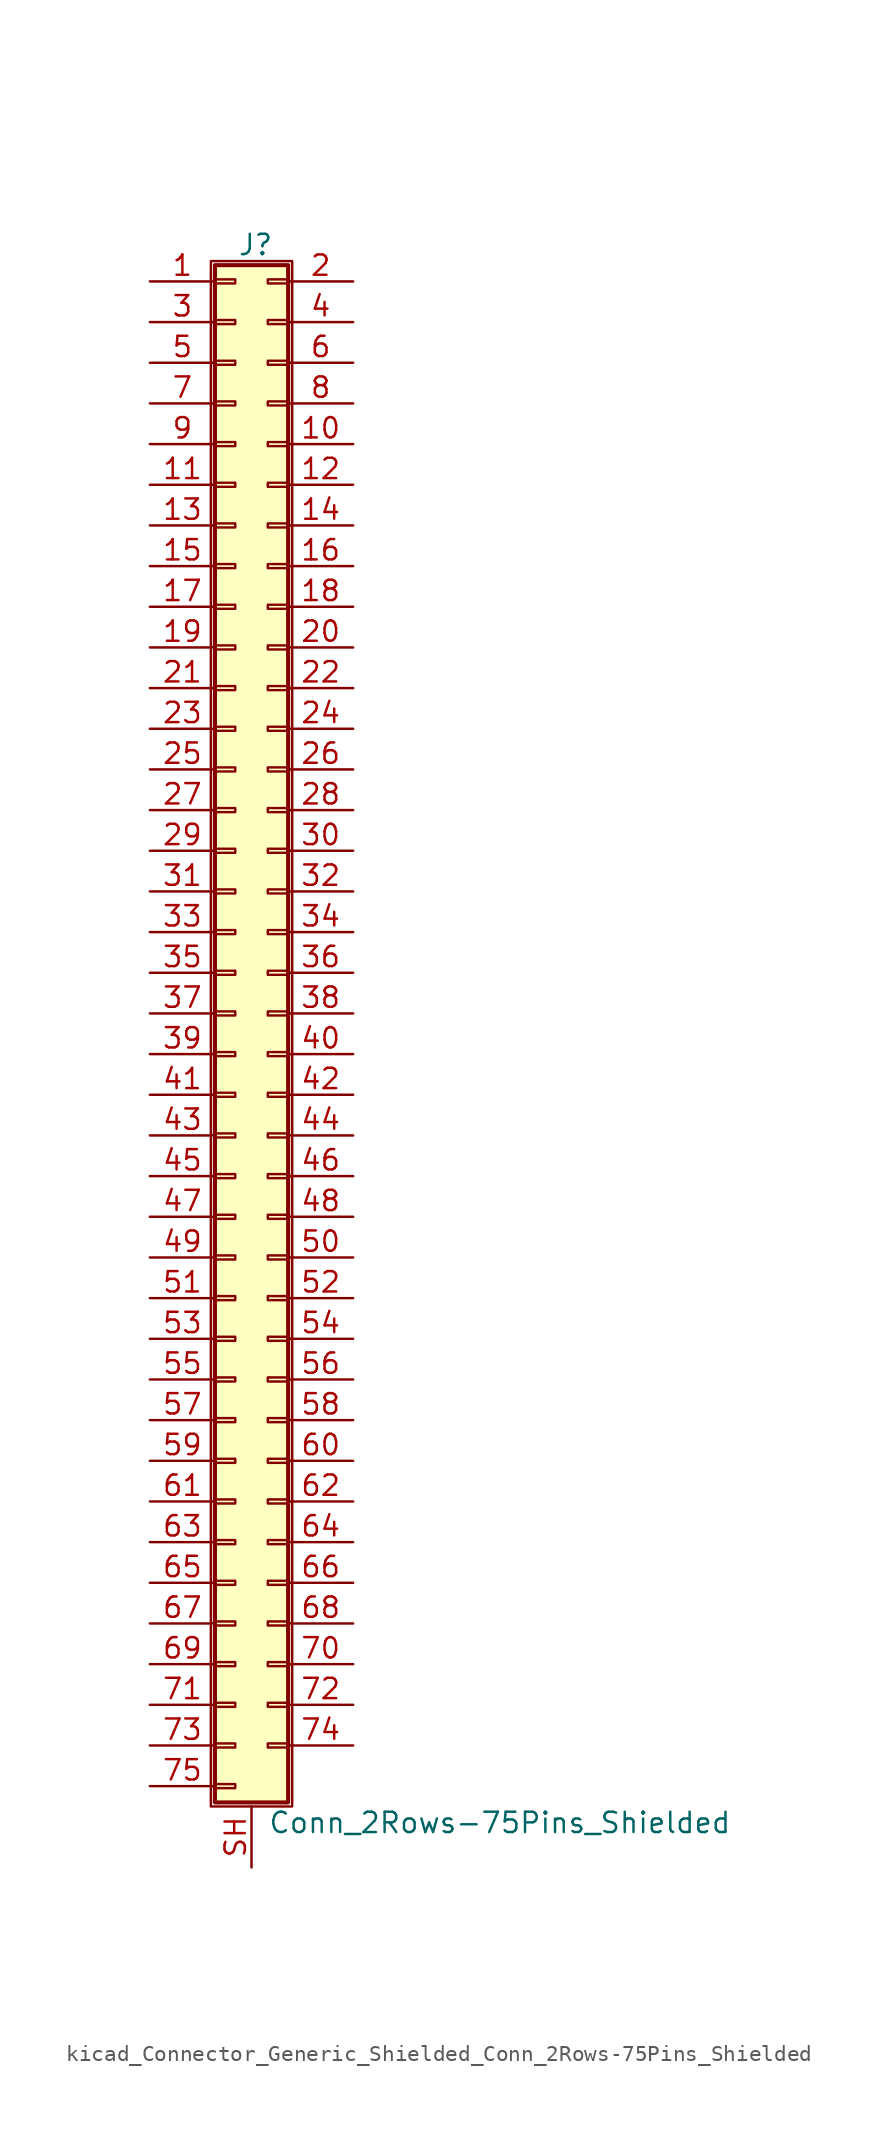
<source format=kicad_sym>
(kicad_symbol_lib
  (version 20220914)
  (generator kicad_symbol_editor)
  (symbol "kicad_Connector_Generic_Shielded_Conn_2Rows-75Pins_Shielded"
    (pin_names
      (offset 1.016) hide)
    (property "Reference" "J"
      (at 1.524 48.006 0)
      (effects (font (size 1.27 1.27))))
    (property "Value" "Conn_2Rows-75Pins_Shielded"
      (at 2.286 -50.546 0)
      (effects (font (size 1.27 1.27)) (justify left)))
    (symbol "kicad_Connector_Generic_Shielded_Conn_2Rows-75Pins_Shielded_1_1"
      (rectangle (start -1.27 46.99) (end 3.81 -49.53) (stroke (width 0.152) (type default)) (fill (type none)))
      (rectangle (start -1.016 -48.133) (end 0.254 -48.387) (stroke (width 0.152) (type default)) (fill (type none)))
      (rectangle (start -1.016 -45.593) (end 0.254 -45.847) (stroke (width 0.152) (type default)) (fill (type none)))
      (rectangle (start -1.016 -43.053) (end 0.254 -43.307) (stroke (width 0.152) (type default)) (fill (type none)))
      (rectangle (start -1.016 -40.513) (end 0.254 -40.767) (stroke (width 0.152) (type default)) (fill (type none)))
      (rectangle (start -1.016 -37.973) (end 0.254 -38.227) (stroke (width 0.152) (type default)) (fill (type none)))
      (rectangle (start -1.016 -35.433) (end 0.254 -35.687) (stroke (width 0.152) (type default)) (fill (type none)))
      (rectangle (start -1.016 -32.893) (end 0.254 -33.147) (stroke (width 0.152) (type default)) (fill (type none)))
      (rectangle (start -1.016 -30.353) (end 0.254 -30.607) (stroke (width 0.152) (type default)) (fill (type none)))
      (rectangle (start -1.016 -27.813) (end 0.254 -28.067) (stroke (width 0.152) (type default)) (fill (type none)))
      (rectangle (start -1.016 -25.273) (end 0.254 -25.527) (stroke (width 0.152) (type default)) (fill (type none)))
      (rectangle (start -1.016 -22.733) (end 0.254 -22.987) (stroke (width 0.152) (type default)) (fill (type none)))
      (rectangle (start -1.016 -20.193) (end 0.254 -20.447) (stroke (width 0.152) (type default)) (fill (type none)))
      (rectangle (start -1.016 -17.653) (end 0.254 -17.907) (stroke (width 0.152) (type default)) (fill (type none)))
      (rectangle (start -1.016 -15.113) (end 0.254 -15.367) (stroke (width 0.152) (type default)) (fill (type none)))
      (rectangle (start -1.016 -12.573) (end 0.254 -12.827) (stroke (width 0.152) (type default)) (fill (type none)))
      (rectangle (start -1.016 -10.033) (end 0.254 -10.287) (stroke (width 0.152) (type default)) (fill (type none)))
      (rectangle (start -1.016 -7.493) (end 0.254 -7.747) (stroke (width 0.152) (type default)) (fill (type none)))
      (rectangle (start -1.016 -4.953) (end 0.254 -5.207) (stroke (width 0.152) (type default)) (fill (type none)))
      (rectangle (start -1.016 -2.413) (end 0.254 -2.667) (stroke (width 0.152) (type default)) (fill (type none)))
      (rectangle (start -1.016 0.127) (end 0.254 -0.127) (stroke (width 0.152) (type default)) (fill (type none)))
      (rectangle (start -1.016 2.667) (end 0.254 2.413) (stroke (width 0.152) (type default)) (fill (type none)))
      (rectangle (start -1.016 5.207) (end 0.254 4.953) (stroke (width 0.152) (type default)) (fill (type none)))
      (rectangle (start -1.016 7.747) (end 0.254 7.493) (stroke (width 0.152) (type default)) (fill (type none)))
      (rectangle (start -1.016 10.287) (end 0.254 10.033) (stroke (width 0.152) (type default)) (fill (type none)))
      (rectangle (start -1.016 12.827) (end 0.254 12.573) (stroke (width 0.152) (type default)) (fill (type none)))
      (rectangle (start -1.016 15.367) (end 0.254 15.113) (stroke (width 0.152) (type default)) (fill (type none)))
      (rectangle (start -1.016 17.907) (end 0.254 17.653) (stroke (width 0.152) (type default)) (fill (type none)))
      (rectangle (start -1.016 20.447) (end 0.254 20.193) (stroke (width 0.152) (type default)) (fill (type none)))
      (rectangle (start -1.016 22.987) (end 0.254 22.733) (stroke (width 0.152) (type default)) (fill (type none)))
      (rectangle (start -1.016 25.527) (end 0.254 25.273) (stroke (width 0.152) (type default)) (fill (type none)))
      (rectangle (start -1.016 28.067) (end 0.254 27.813) (stroke (width 0.152) (type default)) (fill (type none)))
      (rectangle (start -1.016 30.607) (end 0.254 30.353) (stroke (width 0.152) (type default)) (fill (type none)))
      (rectangle (start -1.016 33.147) (end 0.254 32.893) (stroke (width 0.152) (type default)) (fill (type none)))
      (rectangle (start -1.016 35.687) (end 0.254 35.433) (stroke (width 0.152) (type default)) (fill (type none)))
      (rectangle (start -1.016 38.227) (end 0.254 37.973) (stroke (width 0.152) (type default)) (fill (type none)))
      (rectangle (start -1.016 40.767) (end 0.254 40.513) (stroke (width 0.152) (type default)) (fill (type none)))
      (rectangle (start -1.016 43.307) (end 0.254 43.053) (stroke (width 0.152) (type default)) (fill (type none)))
      (rectangle (start -1.016 45.847) (end 0.254 45.593) (stroke (width 0.152) (type default)) (fill (type none)))
      (rectangle (start -1.016 46.736) (end 3.556 -49.276) (stroke (width 0.254) (type default)) (fill (type background)))
      (rectangle (start 3.556 -45.593) (end 2.286 -45.847) (stroke (width 0.152) (type default)) (fill (type none)))
      (rectangle (start 3.556 -43.053) (end 2.286 -43.307) (stroke (width 0.152) (type default)) (fill (type none)))
      (rectangle (start 3.556 -40.513) (end 2.286 -40.767) (stroke (width 0.152) (type default)) (fill (type none)))
      (rectangle (start 3.556 -37.973) (end 2.286 -38.227) (stroke (width 0.152) (type default)) (fill (type none)))
      (rectangle (start 3.556 -35.433) (end 2.286 -35.687) (stroke (width 0.152) (type default)) (fill (type none)))
      (rectangle (start 3.556 -32.893) (end 2.286 -33.147) (stroke (width 0.152) (type default)) (fill (type none)))
      (rectangle (start 3.556 -30.353) (end 2.286 -30.607) (stroke (width 0.152) (type default)) (fill (type none)))
      (rectangle (start 3.556 -27.813) (end 2.286 -28.067) (stroke (width 0.152) (type default)) (fill (type none)))
      (rectangle (start 3.556 -25.273) (end 2.286 -25.527) (stroke (width 0.152) (type default)) (fill (type none)))
      (rectangle (start 3.556 -22.733) (end 2.286 -22.987) (stroke (width 0.152) (type default)) (fill (type none)))
      (rectangle (start 3.556 -20.193) (end 2.286 -20.447) (stroke (width 0.152) (type default)) (fill (type none)))
      (rectangle (start 3.556 -17.653) (end 2.286 -17.907) (stroke (width 0.152) (type default)) (fill (type none)))
      (rectangle (start 3.556 -15.113) (end 2.286 -15.367) (stroke (width 0.152) (type default)) (fill (type none)))
      (rectangle (start 3.556 -12.573) (end 2.286 -12.827) (stroke (width 0.152) (type default)) (fill (type none)))
      (rectangle (start 3.556 -10.033) (end 2.286 -10.287) (stroke (width 0.152) (type default)) (fill (type none)))
      (rectangle (start 3.556 -7.493) (end 2.286 -7.747) (stroke (width 0.152) (type default)) (fill (type none)))
      (rectangle (start 3.556 -4.953) (end 2.286 -5.207) (stroke (width 0.152) (type default)) (fill (type none)))
      (rectangle (start 3.556 -2.413) (end 2.286 -2.667) (stroke (width 0.152) (type default)) (fill (type none)))
      (rectangle (start 3.556 0.127) (end 2.286 -0.127) (stroke (width 0.152) (type default)) (fill (type none)))
      (rectangle (start 3.556 2.667) (end 2.286 2.413) (stroke (width 0.152) (type default)) (fill (type none)))
      (rectangle (start 3.556 5.207) (end 2.286 4.953) (stroke (width 0.152) (type default)) (fill (type none)))
      (rectangle (start 3.556 7.747) (end 2.286 7.493) (stroke (width 0.152) (type default)) (fill (type none)))
      (rectangle (start 3.556 10.287) (end 2.286 10.033) (stroke (width 0.152) (type default)) (fill (type none)))
      (rectangle (start 3.556 12.827) (end 2.286 12.573) (stroke (width 0.152) (type default)) (fill (type none)))
      (rectangle (start 3.556 15.367) (end 2.286 15.113) (stroke (width 0.152) (type default)) (fill (type none)))
      (rectangle (start 3.556 17.907) (end 2.286 17.653) (stroke (width 0.152) (type default)) (fill (type none)))
      (rectangle (start 3.556 20.447) (end 2.286 20.193) (stroke (width 0.152) (type default)) (fill (type none)))
      (rectangle (start 3.556 22.987) (end 2.286 22.733) (stroke (width 0.152) (type default)) (fill (type none)))
      (rectangle (start 3.556 25.527) (end 2.286 25.273) (stroke (width 0.152) (type default)) (fill (type none)))
      (rectangle (start 3.556 28.067) (end 2.286 27.813) (stroke (width 0.152) (type default)) (fill (type none)))
      (rectangle (start 3.556 30.607) (end 2.286 30.353) (stroke (width 0.152) (type default)) (fill (type none)))
      (rectangle (start 3.556 33.147) (end 2.286 32.893) (stroke (width 0.152) (type default)) (fill (type none)))
      (rectangle (start 3.556 35.687) (end 2.286 35.433) (stroke (width 0.152) (type default)) (fill (type none)))
      (rectangle (start 3.556 38.227) (end 2.286 37.973) (stroke (width 0.152) (type default)) (fill (type none)))
      (rectangle (start 3.556 40.767) (end 2.286 40.513) (stroke (width 0.152) (type default)) (fill (type none)))
      (rectangle (start 3.556 43.307) (end 2.286 43.053) (stroke (width 0.152) (type default)) (fill (type none)))
      (rectangle (start 3.556 45.847) (end 2.286 45.593) (stroke (width 0.152) (type default)) (fill (type none)))
      (pin passive line (at -5.08 45.72 0) (length 4.064) (name "Pin_1" (effects (font (size 1.27 1.27)))) (number "1" (effects (font (size 1.27 1.27)))))
      (pin passive line (at 7.62 35.56 180) (length 4.064) (name "Pin_10" (effects (font (size 1.27 1.27)))) (number "10" (effects (font (size 1.27 1.27)))))
      (pin passive line (at -5.08 33.02 0) (length 4.064) (name "Pin_11" (effects (font (size 1.27 1.27)))) (number "11" (effects (font (size 1.27 1.27)))))
      (pin passive line (at 7.62 33.02 180) (length 4.064) (name "Pin_12" (effects (font (size 1.27 1.27)))) (number "12" (effects (font (size 1.27 1.27)))))
      (pin passive line (at -5.08 30.48 0) (length 4.064) (name "Pin_13" (effects (font (size 1.27 1.27)))) (number "13" (effects (font (size 1.27 1.27)))))
      (pin passive line (at 7.62 30.48 180) (length 4.064) (name "Pin_14" (effects (font (size 1.27 1.27)))) (number "14" (effects (font (size 1.27 1.27)))))
      (pin passive line (at -5.08 27.94 0) (length 4.064) (name "Pin_15" (effects (font (size 1.27 1.27)))) (number "15" (effects (font (size 1.27 1.27)))))
      (pin passive line (at 7.62 27.94 180) (length 4.064) (name "Pin_16" (effects (font (size 1.27 1.27)))) (number "16" (effects (font (size 1.27 1.27)))))
      (pin passive line (at -5.08 25.4 0) (length 4.064) (name "Pin_17" (effects (font (size 1.27 1.27)))) (number "17" (effects (font (size 1.27 1.27)))))
      (pin passive line (at 7.62 25.4 180) (length 4.064) (name "Pin_18" (effects (font (size 1.27 1.27)))) (number "18" (effects (font (size 1.27 1.27)))))
      (pin passive line (at -5.08 22.86 0) (length 4.064) (name "Pin_19" (effects (font (size 1.27 1.27)))) (number "19" (effects (font (size 1.27 1.27)))))
      (pin passive line (at 7.62 45.72 180) (length 4.064) (name "Pin_2" (effects (font (size 1.27 1.27)))) (number "2" (effects (font (size 1.27 1.27)))))
      (pin passive line (at 7.62 22.86 180) (length 4.064) (name "Pin_20" (effects (font (size 1.27 1.27)))) (number "20" (effects (font (size 1.27 1.27)))))
      (pin passive line (at -5.08 20.32 0) (length 4.064) (name "Pin_21" (effects (font (size 1.27 1.27)))) (number "21" (effects (font (size 1.27 1.27)))))
      (pin passive line (at 7.62 20.32 180) (length 4.064) (name "Pin_22" (effects (font (size 1.27 1.27)))) (number "22" (effects (font (size 1.27 1.27)))))
      (pin passive line (at -5.08 17.78 0) (length 4.064) (name "Pin_23" (effects (font (size 1.27 1.27)))) (number "23" (effects (font (size 1.27 1.27)))))
      (pin passive line (at 7.62 17.78 180) (length 4.064) (name "Pin_24" (effects (font (size 1.27 1.27)))) (number "24" (effects (font (size 1.27 1.27)))))
      (pin passive line (at -5.08 15.24 0) (length 4.064) (name "Pin_25" (effects (font (size 1.27 1.27)))) (number "25" (effects (font (size 1.27 1.27)))))
      (pin passive line (at 7.62 15.24 180) (length 4.064) (name "Pin_26" (effects (font (size 1.27 1.27)))) (number "26" (effects (font (size 1.27 1.27)))))
      (pin passive line (at -5.08 12.7 0) (length 4.064) (name "Pin_27" (effects (font (size 1.27 1.27)))) (number "27" (effects (font (size 1.27 1.27)))))
      (pin passive line (at 7.62 12.7 180) (length 4.064) (name "Pin_28" (effects (font (size 1.27 1.27)))) (number "28" (effects (font (size 1.27 1.27)))))
      (pin passive line (at -5.08 10.16 0) (length 4.064) (name "Pin_29" (effects (font (size 1.27 1.27)))) (number "29" (effects (font (size 1.27 1.27)))))
      (pin passive line (at -5.08 43.18 0) (length 4.064) (name "Pin_3" (effects (font (size 1.27 1.27)))) (number "3" (effects (font (size 1.27 1.27)))))
      (pin passive line (at 7.62 10.16 180) (length 4.064) (name "Pin_30" (effects (font (size 1.27 1.27)))) (number "30" (effects (font (size 1.27 1.27)))))
      (pin passive line (at -5.08 7.62 0) (length 4.064) (name "Pin_31" (effects (font (size 1.27 1.27)))) (number "31" (effects (font (size 1.27 1.27)))))
      (pin passive line (at 7.62 7.62 180) (length 4.064) (name "Pin_32" (effects (font (size 1.27 1.27)))) (number "32" (effects (font (size 1.27 1.27)))))
      (pin passive line (at -5.08 5.08 0) (length 4.064) (name "Pin_33" (effects (font (size 1.27 1.27)))) (number "33" (effects (font (size 1.27 1.27)))))
      (pin passive line (at 7.62 5.08 180) (length 4.064) (name "Pin_34" (effects (font (size 1.27 1.27)))) (number "34" (effects (font (size 1.27 1.27)))))
      (pin passive line (at -5.08 2.54 0) (length 4.064) (name "Pin_35" (effects (font (size 1.27 1.27)))) (number "35" (effects (font (size 1.27 1.27)))))
      (pin passive line (at 7.62 2.54 180) (length 4.064) (name "Pin_36" (effects (font (size 1.27 1.27)))) (number "36" (effects (font (size 1.27 1.27)))))
      (pin passive line (at -5.08 0 0) (length 4.064) (name "Pin_37" (effects (font (size 1.27 1.27)))) (number "37" (effects (font (size 1.27 1.27)))))
      (pin passive line (at 7.62 0 180) (length 4.064) (name "Pin_38" (effects (font (size 1.27 1.27)))) (number "38" (effects (font (size 1.27 1.27)))))
      (pin passive line (at -5.08 -2.54 0) (length 4.064) (name "Pin_39" (effects (font (size 1.27 1.27)))) (number "39" (effects (font (size 1.27 1.27)))))
      (pin passive line (at 7.62 43.18 180) (length 4.064) (name "Pin_4" (effects (font (size 1.27 1.27)))) (number "4" (effects (font (size 1.27 1.27)))))
      (pin passive line (at 7.62 -2.54 180) (length 4.064) (name "Pin_40" (effects (font (size 1.27 1.27)))) (number "40" (effects (font (size 1.27 1.27)))))
      (pin passive line (at -5.08 -5.08 0) (length 4.064) (name "Pin_41" (effects (font (size 1.27 1.27)))) (number "41" (effects (font (size 1.27 1.27)))))
      (pin passive line (at 7.62 -5.08 180) (length 4.064) (name "Pin_42" (effects (font (size 1.27 1.27)))) (number "42" (effects (font (size 1.27 1.27)))))
      (pin passive line (at -5.08 -7.62 0) (length 4.064) (name "Pin_43" (effects (font (size 1.27 1.27)))) (number "43" (effects (font (size 1.27 1.27)))))
      (pin passive line (at 7.62 -7.62 180) (length 4.064) (name "Pin_44" (effects (font (size 1.27 1.27)))) (number "44" (effects (font (size 1.27 1.27)))))
      (pin passive line (at -5.08 -10.16 0) (length 4.064) (name "Pin_45" (effects (font (size 1.27 1.27)))) (number "45" (effects (font (size 1.27 1.27)))))
      (pin passive line (at 7.62 -10.16 180) (length 4.064) (name "Pin_46" (effects (font (size 1.27 1.27)))) (number "46" (effects (font (size 1.27 1.27)))))
      (pin passive line (at -5.08 -12.7 0) (length 4.064) (name "Pin_47" (effects (font (size 1.27 1.27)))) (number "47" (effects (font (size 1.27 1.27)))))
      (pin passive line (at 7.62 -12.7 180) (length 4.064) (name "Pin_48" (effects (font (size 1.27 1.27)))) (number "48" (effects (font (size 1.27 1.27)))))
      (pin passive line (at -5.08 -15.24 0) (length 4.064) (name "Pin_49" (effects (font (size 1.27 1.27)))) (number "49" (effects (font (size 1.27 1.27)))))
      (pin passive line (at -5.08 40.64 0) (length 4.064) (name "Pin_5" (effects (font (size 1.27 1.27)))) (number "5" (effects (font (size 1.27 1.27)))))
      (pin passive line (at 7.62 -15.24 180) (length 4.064) (name "Pin_50" (effects (font (size 1.27 1.27)))) (number "50" (effects (font (size 1.27 1.27)))))
      (pin passive line (at -5.08 -17.78 0) (length 4.064) (name "Pin_51" (effects (font (size 1.27 1.27)))) (number "51" (effects (font (size 1.27 1.27)))))
      (pin passive line (at 7.62 -17.78 180) (length 4.064) (name "Pin_52" (effects (font (size 1.27 1.27)))) (number "52" (effects (font (size 1.27 1.27)))))
      (pin passive line (at -5.08 -20.32 0) (length 4.064) (name "Pin_53" (effects (font (size 1.27 1.27)))) (number "53" (effects (font (size 1.27 1.27)))))
      (pin passive line (at 7.62 -20.32 180) (length 4.064) (name "Pin_54" (effects (font (size 1.27 1.27)))) (number "54" (effects (font (size 1.27 1.27)))))
      (pin passive line (at -5.08 -22.86 0) (length 4.064) (name "Pin_55" (effects (font (size 1.27 1.27)))) (number "55" (effects (font (size 1.27 1.27)))))
      (pin passive line (at 7.62 -22.86 180) (length 4.064) (name "Pin_56" (effects (font (size 1.27 1.27)))) (number "56" (effects (font (size 1.27 1.27)))))
      (pin passive line (at -5.08 -25.4 0) (length 4.064) (name "Pin_57" (effects (font (size 1.27 1.27)))) (number "57" (effects (font (size 1.27 1.27)))))
      (pin passive line (at 7.62 -25.4 180) (length 4.064) (name "Pin_58" (effects (font (size 1.27 1.27)))) (number "58" (effects (font (size 1.27 1.27)))))
      (pin passive line (at -5.08 -27.94 0) (length 4.064) (name "Pin_59" (effects (font (size 1.27 1.27)))) (number "59" (effects (font (size 1.27 1.27)))))
      (pin passive line (at 7.62 40.64 180) (length 4.064) (name "Pin_6" (effects (font (size 1.27 1.27)))) (number "6" (effects (font (size 1.27 1.27)))))
      (pin passive line (at 7.62 -27.94 180) (length 4.064) (name "Pin_60" (effects (font (size 1.27 1.27)))) (number "60" (effects (font (size 1.27 1.27)))))
      (pin passive line (at -5.08 -30.48 0) (length 4.064) (name "Pin_61" (effects (font (size 1.27 1.27)))) (number "61" (effects (font (size 1.27 1.27)))))
      (pin passive line (at 7.62 -30.48 180) (length 4.064) (name "Pin_62" (effects (font (size 1.27 1.27)))) (number "62" (effects (font (size 1.27 1.27)))))
      (pin passive line (at -5.08 -33.02 0) (length 4.064) (name "Pin_63" (effects (font (size 1.27 1.27)))) (number "63" (effects (font (size 1.27 1.27)))))
      (pin passive line (at 7.62 -33.02 180) (length 4.064) (name "Pin_64" (effects (font (size 1.27 1.27)))) (number "64" (effects (font (size 1.27 1.27)))))
      (pin passive line (at -5.08 -35.56 0) (length 4.064) (name "Pin_65" (effects (font (size 1.27 1.27)))) (number "65" (effects (font (size 1.27 1.27)))))
      (pin passive line (at 7.62 -35.56 180) (length 4.064) (name "Pin_66" (effects (font (size 1.27 1.27)))) (number "66" (effects (font (size 1.27 1.27)))))
      (pin passive line (at -5.08 -38.1 0) (length 4.064) (name "Pin_67" (effects (font (size 1.27 1.27)))) (number "67" (effects (font (size 1.27 1.27)))))
      (pin passive line (at 7.62 -38.1 180) (length 4.064) (name "Pin_68" (effects (font (size 1.27 1.27)))) (number "68" (effects (font (size 1.27 1.27)))))
      (pin passive line (at -5.08 -40.64 0) (length 4.064) (name "Pin_69" (effects (font (size 1.27 1.27)))) (number "69" (effects (font (size 1.27 1.27)))))
      (pin passive line (at -5.08 38.1 0) (length 4.064) (name "Pin_7" (effects (font (size 1.27 1.27)))) (number "7" (effects (font (size 1.27 1.27)))))
      (pin passive line (at 7.62 -40.64 180) (length 4.064) (name "Pin_70" (effects (font (size 1.27 1.27)))) (number "70" (effects (font (size 1.27 1.27)))))
      (pin passive line (at -5.08 -43.18 0) (length 4.064) (name "Pin_71" (effects (font (size 1.27 1.27)))) (number "71" (effects (font (size 1.27 1.27)))))
      (pin passive line (at 7.62 -43.18 180) (length 4.064) (name "Pin_72" (effects (font (size 1.27 1.27)))) (number "72" (effects (font (size 1.27 1.27)))))
      (pin passive line (at -5.08 -45.72 0) (length 4.064) (name "Pin_73" (effects (font (size 1.27 1.27)))) (number "73" (effects (font (size 1.27 1.27)))))
      (pin passive line (at 7.62 -45.72 180) (length 4.064) (name "Pin_74" (effects (font (size 1.27 1.27)))) (number "74" (effects (font (size 1.27 1.27)))))
      (pin passive line (at -5.08 -48.26 0) (length 4.064) (name "Pin_75" (effects (font (size 1.27 1.27)))) (number "75" (effects (font (size 1.27 1.27)))))
      (pin passive line (at 7.62 38.1 180) (length 4.064) (name "Pin_8" (effects (font (size 1.27 1.27)))) (number "8" (effects (font (size 1.27 1.27)))))
      (pin passive line (at -5.08 35.56 0) (length 4.064) (name "Pin_9" (effects (font (size 1.27 1.27)))) (number "9" (effects (font (size 1.27 1.27)))))
      (pin passive line (at 1.27 -53.34 90) (length 3.81) (name "Shield" (effects (font (size 1.27 1.27)))) (number "SH" (effects (font (size 1.27 1.27))))))))
</source>
